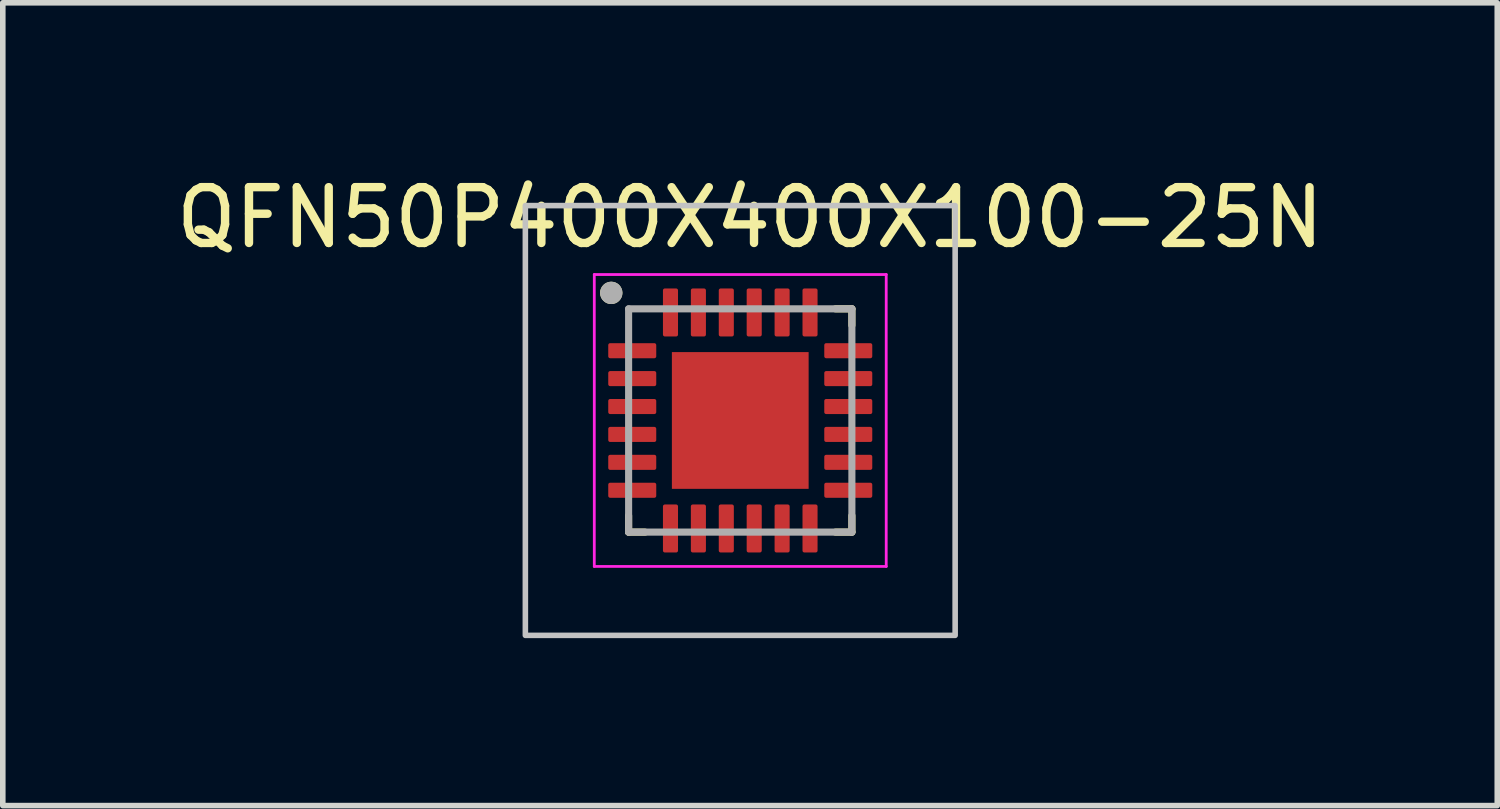
<source format=kicad_pcb>
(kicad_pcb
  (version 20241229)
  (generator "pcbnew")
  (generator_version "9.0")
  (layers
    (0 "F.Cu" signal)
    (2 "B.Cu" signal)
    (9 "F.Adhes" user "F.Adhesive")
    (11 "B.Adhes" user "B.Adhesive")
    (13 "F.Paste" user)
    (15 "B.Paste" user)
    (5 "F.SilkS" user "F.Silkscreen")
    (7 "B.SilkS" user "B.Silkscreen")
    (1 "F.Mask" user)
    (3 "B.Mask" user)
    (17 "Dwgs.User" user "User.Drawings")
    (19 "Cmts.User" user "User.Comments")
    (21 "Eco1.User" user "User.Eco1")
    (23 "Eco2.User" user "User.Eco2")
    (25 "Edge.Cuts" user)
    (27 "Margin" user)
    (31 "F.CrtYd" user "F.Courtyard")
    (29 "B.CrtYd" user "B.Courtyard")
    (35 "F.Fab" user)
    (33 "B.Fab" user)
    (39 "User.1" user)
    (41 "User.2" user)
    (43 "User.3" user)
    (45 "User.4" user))
  (footprint "QFN50P400X400X100-25N"
    (layer "F.Cu")
    (at 10.212 4.483)
    (property "Reference" "QFN50P400X400X100-25N" (at 0.175 -3.635 0) (layer "F.SilkS") (effects (font (size 1 1) (thickness 0.15))))
    (attr smd)
    (fp_line (start -2 2) (end -2 1.705) (stroke (width 0.127) (type solid)) (layer "F.SilkS"))
    (fp_line (start -2 2) (end -1.705 2) (stroke (width 0.127) (type solid)) (layer "F.SilkS"))
    (fp_line (start 2 -2) (end 1.705 -2) (stroke (width 0.127) (type solid)) (layer "F.SilkS"))
    (fp_line (start 2 -2) (end 2 -1.705) (stroke (width 0.127) (type solid)) (layer "F.SilkS"))
    (fp_line (start 2 2) (end 1.705 2) (stroke (width 0.127) (type solid)) (layer "F.SilkS"))
    (fp_line (start 2 2) (end 2 1.705) (stroke (width 0.127) (type solid)) (layer "F.SilkS"))
    (fp_circle (center -2.311 -2.286) (end -2.211 -2.286) (stroke (width 0.2) (type solid)) (fill no) (layer "F.SilkS"))
    (fp_poly (pts (xy -0.775 -0.775) (xy 0.775 -0.775) (xy 0.775 0.775) (xy -0.775 0.775)) (stroke (width 0.01) (type solid)) (fill yes) (layer "F.Paste"))
    (fp_rect (start -3.85 -3.85) (end 3.85 3.85) (stroke (width 0.1) (type default)) (fill no) (layer "Dwgs.User"))
    (fp_line (start -2.615 -2.615) (end 2.615 -2.615) (stroke (width 0.05) (type solid)) (layer "F.CrtYd"))
    (fp_line (start -2.615 2.615) (end -2.615 -2.615) (stroke (width 0.05) (type solid)) (layer "F.CrtYd"))
    (fp_line (start -2.615 2.615) (end 2.615 2.615) (stroke (width 0.05) (type solid)) (layer "F.CrtYd"))
    (fp_line (start 2.615 2.615) (end 2.615 -2.615) (stroke (width 0.05) (type solid)) (layer "F.CrtYd"))
    (fp_line (start -2 2) (end -2 -2) (stroke (width 0.127) (type solid)) (layer "F.Fab"))
    (fp_line (start 2 -2) (end -2 -2) (stroke (width 0.127) (type solid)) (layer "F.Fab"))
    (fp_line (start 2 2) (end -2 2) (stroke (width 0.127) (type solid)) (layer "F.Fab"))
    (fp_line (start 2 2) (end 2 -2) (stroke (width 0.127) (type solid)) (layer "F.Fab"))
    (fp_circle (center -2.311 -2.286) (end -2.211 -2.286) (stroke (width 0.2) (type solid)) (fill no) (layer "F.Fab"))
    (pad "1" smd roundrect (at -1.935 -1.25) (size 0.86 0.27) (layers "F.Cu" "F.Mask" "F.Paste") (roundrect_rratio 0.125))
    (pad "2" smd roundrect (at -1.935 -0.75) (size 0.86 0.27) (layers "F.Cu" "F.Mask" "F.Paste") (roundrect_rratio 0.125))
    (pad "3" smd roundrect (at -1.935 -0.25) (size 0.86 0.27) (layers "F.Cu" "F.Mask" "F.Paste") (roundrect_rratio 0.125))
    (pad "4" smd roundrect (at -1.935 0.25) (size 0.86 0.27) (layers "F.Cu" "F.Mask" "F.Paste") (roundrect_rratio 0.125))
    (pad "5" smd roundrect (at -1.935 0.75) (size 0.86 0.27) (layers "F.Cu" "F.Mask" "F.Paste") (roundrect_rratio 0.125))
    (pad "6" smd roundrect (at -1.935 1.25) (size 0.86 0.27) (layers "F.Cu" "F.Mask" "F.Paste") (roundrect_rratio 0.125))
    (pad "7" smd roundrect (at -1.25 1.935) (size 0.27 0.86) (layers "F.Cu" "F.Mask" "F.Paste") (roundrect_rratio 0.125))
    (pad "8" smd roundrect (at -0.75 1.935) (size 0.27 0.86) (layers "F.Cu" "F.Mask" "F.Paste") (roundrect_rratio 0.125))
    (pad "9" smd roundrect (at -0.25 1.935) (size 0.27 0.86) (layers "F.Cu" "F.Mask" "F.Paste") (roundrect_rratio 0.125))
    (pad "10" smd roundrect (at 0.25 1.935) (size 0.27 0.86) (layers "F.Cu" "F.Mask" "F.Paste") (roundrect_rratio 0.125))
    (pad "11" smd roundrect (at 0.75 1.935) (size 0.27 0.86) (layers "F.Cu" "F.Mask" "F.Paste") (roundrect_rratio 0.125))
    (pad "12" smd roundrect (at 1.25 1.935) (size 0.27 0.86) (layers "F.Cu" "F.Mask" "F.Paste") (roundrect_rratio 0.125))
    (pad "13" smd roundrect (at 1.935 1.25) (size 0.86 0.27) (layers "F.Cu" "F.Mask" "F.Paste") (roundrect_rratio 0.125))
    (pad "14" smd roundrect (at 1.935 0.75) (size 0.86 0.27) (layers "F.Cu" "F.Mask" "F.Paste") (roundrect_rratio 0.125))
    (pad "15" smd roundrect (at 1.935 0.25) (size 0.86 0.27) (layers "F.Cu" "F.Mask" "F.Paste") (roundrect_rratio 0.125))
    (pad "16" smd roundrect (at 1.935 -0.25) (size 0.86 0.27) (layers "F.Cu" "F.Mask" "F.Paste") (roundrect_rratio 0.125))
    (pad "17" smd roundrect (at 1.935 -0.75) (size 0.86 0.27) (layers "F.Cu" "F.Mask" "F.Paste") (roundrect_rratio 0.125))
    (pad "18" smd roundrect (at 1.935 -1.25) (size 0.86 0.27) (layers "F.Cu" "F.Mask" "F.Paste") (roundrect_rratio 0.125))
    (pad "19" smd roundrect (at 1.25 -1.935) (size 0.27 0.86) (layers "F.Cu" "F.Mask" "F.Paste") (roundrect_rratio 0.125))
    (pad "20" smd roundrect (at 0.75 -1.935) (size 0.27 0.86) (layers "F.Cu" "F.Mask" "F.Paste") (roundrect_rratio 0.125))
    (pad "21" smd roundrect (at 0.25 -1.935) (size 0.27 0.86) (layers "F.Cu" "F.Mask" "F.Paste") (roundrect_rratio 0.125))
    (pad "22" smd roundrect (at -0.25 -1.935) (size 0.27 0.86) (layers "F.Cu" "F.Mask" "F.Paste") (roundrect_rratio 0.125))
    (pad "23" smd roundrect (at -0.75 -1.935) (size 0.27 0.86) (layers "F.Cu" "F.Mask" "F.Paste") (roundrect_rratio 0.125))
    (pad "24" smd roundrect (at -1.25 -1.935) (size 0.27 0.86) (layers "F.Cu" "F.Mask" "F.Paste") (roundrect_rratio 0.125))
    (pad "25" smd rect (at 0 0) (size 2.45 2.45) (layers "F.Cu" "F.Mask")))
  (gr_rect
    (start -3 -3)
    (end 23.774 11.383)
    (stroke (width 0.1) (type default))
    (fill no)
    (layer "Edge.Cuts")))
</source>
